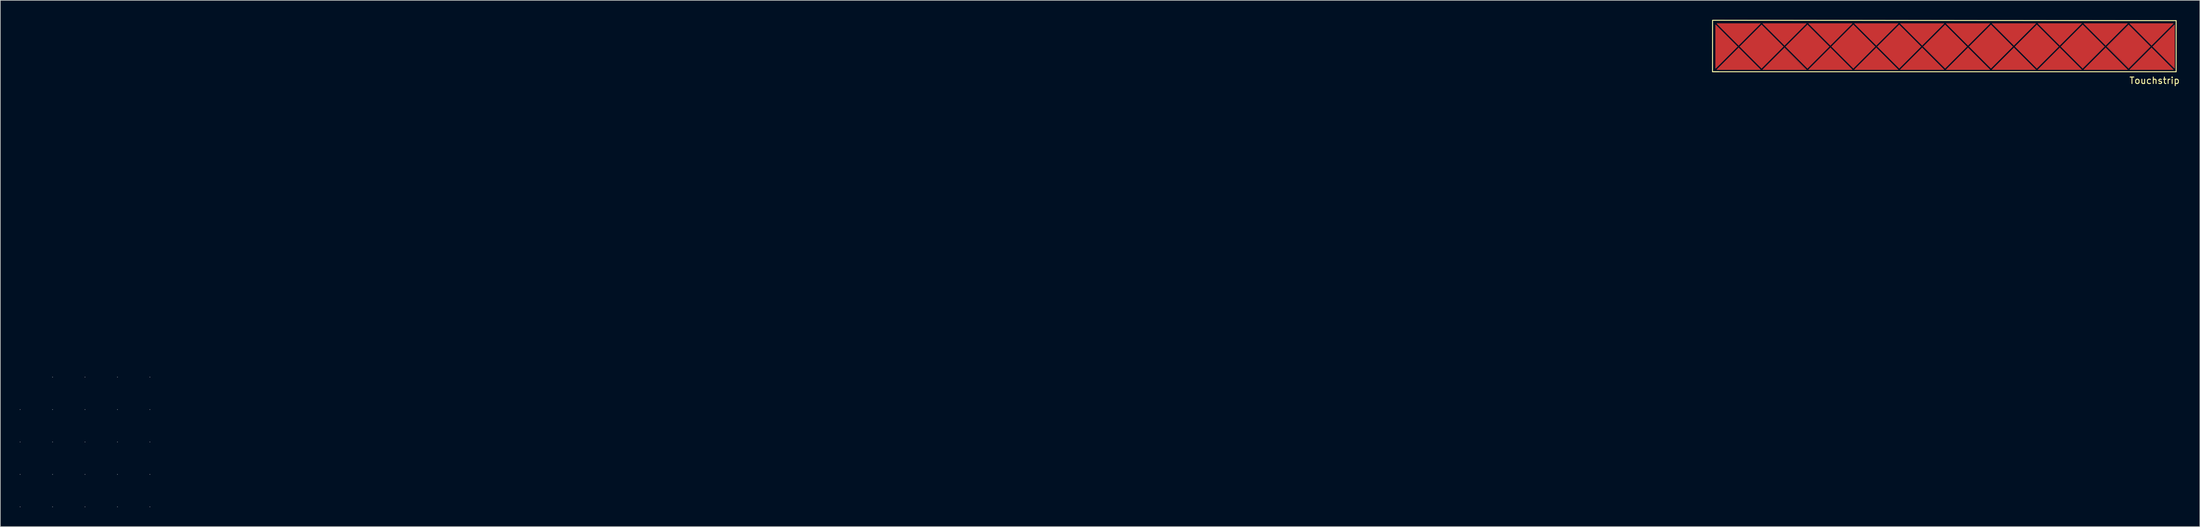
<source format=kicad_pcb>
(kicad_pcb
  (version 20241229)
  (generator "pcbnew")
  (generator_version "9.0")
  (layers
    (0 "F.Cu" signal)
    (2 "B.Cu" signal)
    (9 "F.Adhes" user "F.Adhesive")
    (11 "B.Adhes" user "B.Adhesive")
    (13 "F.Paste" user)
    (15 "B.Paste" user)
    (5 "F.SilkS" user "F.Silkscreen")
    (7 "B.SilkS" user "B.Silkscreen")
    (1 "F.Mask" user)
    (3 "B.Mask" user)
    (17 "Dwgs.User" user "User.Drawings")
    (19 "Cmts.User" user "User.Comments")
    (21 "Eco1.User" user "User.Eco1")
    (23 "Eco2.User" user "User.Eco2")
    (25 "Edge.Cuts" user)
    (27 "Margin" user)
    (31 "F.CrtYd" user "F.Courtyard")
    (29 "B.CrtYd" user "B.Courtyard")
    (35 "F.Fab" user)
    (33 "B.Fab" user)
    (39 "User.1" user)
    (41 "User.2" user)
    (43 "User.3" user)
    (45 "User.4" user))
  (footprint "Touchstrip"
    (layer "F.Cu")
    (at 296.707 4.149)
    (property "Reference" "Touchstrip" (at 32.273 5.222 0) (layer "F.SilkS") (effects (font (size 1 1) (thickness 0.15))))
    (attr through_hole)
    (fp_line (start -35.352 -3.339) (end -35.352 3.307) (stroke (width 0.1) (type solid)) (layer "F.Cu"))
    (fp_line (start -35.352 3.307) (end -32.029 -0.016) (stroke (width 0.1) (type solid)) (layer "F.Cu"))
    (fp_line (start -35.14 -3.551) (end -31.817 -0.228) (stroke (width 0.1) (type solid)) (layer "F.Cu"))
    (fp_line (start -35.14 3.519) (end -28.494 3.519) (stroke (width 0.1) (type solid)) (layer "F.Cu"))
    (fp_line (start -32.029 -0.016) (end -35.352 -3.339) (stroke (width 0.1) (type solid)) (layer "F.Cu"))
    (fp_line (start -31.817 -0.228) (end -28.494 -3.551) (stroke (width 0.1) (type solid)) (layer "F.Cu"))
    (fp_line (start -31.817 0.196) (end -35.14 3.519) (stroke (width 0.1) (type solid)) (layer "F.Cu"))
    (fp_line (start -31.605 -0.016) (end -28.282 3.307) (stroke (width 0.1) (type solid)) (layer "F.Cu"))
    (fp_line (start -28.494 -3.551) (end -35.14 -3.551) (stroke (width 0.1) (type solid)) (layer "F.Cu"))
    (fp_line (start -28.494 3.519) (end -31.817 0.196) (stroke (width 0.1) (type solid)) (layer "F.Cu"))
    (fp_line (start -28.282 -3.339) (end -31.605 -0.016) (stroke (width 0.1) (type solid)) (layer "F.Cu"))
    (fp_line (start -28.282 3.307) (end -24.959 -0.016) (stroke (width 0.1) (type solid)) (layer "F.Cu"))
    (fp_line (start -28.07 -3.551) (end -24.747 -0.228) (stroke (width 0.1) (type solid)) (layer "F.Cu"))
    (fp_line (start -28.07 3.519) (end -21.424 3.519) (stroke (width 0.1) (type solid)) (layer "F.Cu"))
    (fp_line (start -24.959 -0.016) (end -28.282 -3.339) (stroke (width 0.1) (type solid)) (layer "F.Cu"))
    (fp_line (start -24.747 -0.228) (end -21.424 -3.551) (stroke (width 0.1) (type solid)) (layer "F.Cu"))
    (fp_line (start -24.747 0.196) (end -28.07 3.519) (stroke (width 0.1) (type solid)) (layer "F.Cu"))
    (fp_line (start -24.535 -0.016) (end -21.212 3.307) (stroke (width 0.1) (type solid)) (layer "F.Cu"))
    (fp_line (start -21.424 -3.551) (end -28.07 -3.551) (stroke (width 0.1) (type solid)) (layer "F.Cu"))
    (fp_line (start -21.424 3.519) (end -24.747 0.196) (stroke (width 0.1) (type solid)) (layer "F.Cu"))
    (fp_line (start -21.212 -3.339) (end -24.535 -0.016) (stroke (width 0.1) (type solid)) (layer "F.Cu"))
    (fp_line (start -21.212 3.307) (end -17.889 -0.016) (stroke (width 0.1) (type solid)) (layer "F.Cu"))
    (fp_line (start -21 -3.551) (end -17.677 -0.228) (stroke (width 0.1) (type solid)) (layer "F.Cu"))
    (fp_line (start -21 3.519) (end -14.354 3.519) (stroke (width 0.1) (type solid)) (layer "F.Cu"))
    (fp_line (start -17.889 -0.016) (end -21.212 -3.339) (stroke (width 0.1) (type solid)) (layer "F.Cu"))
    (fp_line (start -17.677 -0.228) (end -14.354 -3.551) (stroke (width 0.1) (type solid)) (layer "F.Cu"))
    (fp_line (start -17.677 0.196) (end -21 3.519) (stroke (width 0.1) (type solid)) (layer "F.Cu"))
    (fp_line (start -17.465 -0.016) (end -14.142 3.307) (stroke (width 0.1) (type solid)) (layer "F.Cu"))
    (fp_line (start -14.354 -3.551) (end -21 -3.551) (stroke (width 0.1) (type solid)) (layer "F.Cu"))
    (fp_line (start -14.354 3.519) (end -17.677 0.196) (stroke (width 0.1) (type solid)) (layer "F.Cu"))
    (fp_line (start -14.142 -3.339) (end -17.465 -0.016) (stroke (width 0.1) (type solid)) (layer "F.Cu"))
    (fp_line (start -14.142 3.307) (end -10.819 -0.016) (stroke (width 0.1) (type solid)) (layer "F.Cu"))
    (fp_line (start -13.93 -3.551) (end -10.607 -0.228) (stroke (width 0.1) (type solid)) (layer "F.Cu"))
    (fp_line (start -13.93 3.519) (end -7.284 3.519) (stroke (width 0.1) (type solid)) (layer "F.Cu"))
    (fp_line (start -10.819 -0.016) (end -14.142 -3.339) (stroke (width 0.1) (type solid)) (layer "F.Cu"))
    (fp_line (start -10.607 -0.228) (end -7.284 -3.551) (stroke (width 0.1) (type solid)) (layer "F.Cu"))
    (fp_line (start -10.607 0.196) (end -13.93 3.519) (stroke (width 0.1) (type solid)) (layer "F.Cu"))
    (fp_line (start -10.395 -0.016) (end -7.072 3.307) (stroke (width 0.1) (type solid)) (layer "F.Cu"))
    (fp_line (start -7.284 -3.551) (end -13.93 -3.551) (stroke (width 0.1) (type solid)) (layer "F.Cu"))
    (fp_line (start -7.284 3.519) (end -10.607 0.196) (stroke (width 0.1) (type solid)) (layer "F.Cu"))
    (fp_line (start -7.072 -3.339) (end -10.395 -0.016) (stroke (width 0.1) (type solid)) (layer "F.Cu"))
    (fp_line (start -7.072 3.307) (end -3.749 -0.016) (stroke (width 0.1) (type solid)) (layer "F.Cu"))
    (fp_line (start -6.86 -3.551) (end -3.537 -0.228) (stroke (width 0.1) (type solid)) (layer "F.Cu"))
    (fp_line (start -6.86 3.519) (end -0.214 3.519) (stroke (width 0.1) (type solid)) (layer "F.Cu"))
    (fp_line (start -3.749 -0.016) (end -7.072 -3.339) (stroke (width 0.1) (type solid)) (layer "F.Cu"))
    (fp_line (start -3.537 -0.228) (end -0.214 -3.551) (stroke (width 0.1) (type solid)) (layer "F.Cu"))
    (fp_line (start -3.537 0.196) (end -6.86 3.519) (stroke (width 0.1) (type solid)) (layer "F.Cu"))
    (fp_line (start -3.325 -0.016) (end -0.002 3.307) (stroke (width 0.1) (type solid)) (layer "F.Cu"))
    (fp_line (start -0.214 -3.551) (end -6.86 -3.551) (stroke (width 0.1) (type solid)) (layer "F.Cu"))
    (fp_line (start -0.214 3.519) (end -3.537 0.196) (stroke (width 0.1) (type solid)) (layer "F.Cu"))
    (fp_line (start -0.002 -3.339) (end -3.325 -0.016) (stroke (width 0.1) (type solid)) (layer "F.Cu"))
    (fp_line (start -0.002 3.307) (end 3.321 -0.016) (stroke (width 0.1) (type solid)) (layer "F.Cu"))
    (fp_line (start 0.21 -3.551) (end 3.533 -0.228) (stroke (width 0.1) (type solid)) (layer "F.Cu"))
    (fp_line (start 0.21 3.519) (end 6.856 3.519) (stroke (width 0.1) (type solid)) (layer "F.Cu"))
    (fp_line (start 3.321 -0.016) (end -0.002 -3.339) (stroke (width 0.1) (type solid)) (layer "F.Cu"))
    (fp_line (start 3.533 -0.228) (end 6.856 -3.551) (stroke (width 0.1) (type solid)) (layer "F.Cu"))
    (fp_line (start 3.533 0.196) (end 0.21 3.519) (stroke (width 0.1) (type solid)) (layer "F.Cu"))
    (fp_line (start 3.745 -0.016) (end 7.068 3.307) (stroke (width 0.1) (type solid)) (layer "F.Cu"))
    (fp_line (start 6.856 -3.551) (end 0.21 -3.551) (stroke (width 0.1) (type solid)) (layer "F.Cu"))
    (fp_line (start 6.856 3.519) (end 3.533 0.196) (stroke (width 0.1) (type solid)) (layer "F.Cu"))
    (fp_line (start 7.068 -3.339) (end 3.745 -0.016) (stroke (width 0.1) (type solid)) (layer "F.Cu"))
    (fp_line (start 7.068 3.307) (end 10.391 -0.016) (stroke (width 0.1) (type solid)) (layer "F.Cu"))
    (fp_line (start 7.28 -3.551) (end 10.603 -0.228) (stroke (width 0.1) (type solid)) (layer "F.Cu"))
    (fp_line (start 7.28 3.519) (end 13.926 3.519) (stroke (width 0.1) (type solid)) (layer "F.Cu"))
    (fp_line (start 10.391 -0.016) (end 7.068 -3.339) (stroke (width 0.1) (type solid)) (layer "F.Cu"))
    (fp_line (start 10.603 -0.228) (end 13.926 -3.551) (stroke (width 0.1) (type solid)) (layer "F.Cu"))
    (fp_line (start 10.603 0.196) (end 7.28 3.519) (stroke (width 0.1) (type solid)) (layer "F.Cu"))
    (fp_line (start 10.815 -0.016) (end 14.138 3.307) (stroke (width 0.1) (type solid)) (layer "F.Cu"))
    (fp_line (start 13.926 -3.551) (end 7.28 -3.551) (stroke (width 0.1) (type solid)) (layer "F.Cu"))
    (fp_line (start 13.926 3.519) (end 10.603 0.196) (stroke (width 0.1) (type solid)) (layer "F.Cu"))
    (fp_line (start 14.138 -3.339) (end 10.815 -0.016) (stroke (width 0.1) (type solid)) (layer "F.Cu"))
    (fp_line (start 14.138 3.307) (end 17.461 -0.016) (stroke (width 0.1) (type solid)) (layer "F.Cu"))
    (fp_line (start 14.35 -3.551) (end 17.673 -0.228) (stroke (width 0.1) (type solid)) (layer "F.Cu"))
    (fp_line (start 14.35 3.519) (end 20.996 3.519) (stroke (width 0.1) (type solid)) (layer "F.Cu"))
    (fp_line (start 17.461 -0.016) (end 14.138 -3.339) (stroke (width 0.1) (type solid)) (layer "F.Cu"))
    (fp_line (start 17.673 -0.228) (end 20.996 -3.551) (stroke (width 0.1) (type solid)) (layer "F.Cu"))
    (fp_line (start 17.673 0.196) (end 14.35 3.519) (stroke (width 0.1) (type solid)) (layer "F.Cu"))
    (fp_line (start 17.885 -0.016) (end 21.208 3.307) (stroke (width 0.1) (type solid)) (layer "F.Cu"))
    (fp_line (start 20.996 -3.551) (end 14.35 -3.551) (stroke (width 0.1) (type solid)) (layer "F.Cu"))
    (fp_line (start 20.996 3.519) (end 17.673 0.196) (stroke (width 0.1) (type solid)) (layer "F.Cu"))
    (fp_line (start 21.208 -3.339) (end 17.885 -0.016) (stroke (width 0.1) (type solid)) (layer "F.Cu"))
    (fp_line (start 21.208 3.307) (end 24.531 -0.016) (stroke (width 0.1) (type solid)) (layer "F.Cu"))
    (fp_line (start 21.42 -3.551) (end 24.743 -0.228) (stroke (width 0.1) (type solid)) (layer "F.Cu"))
    (fp_line (start 21.42 3.519) (end 28.066 3.519) (stroke (width 0.1) (type solid)) (layer "F.Cu"))
    (fp_line (start 24.531 -0.016) (end 21.208 -3.339) (stroke (width 0.1) (type solid)) (layer "F.Cu"))
    (fp_line (start 24.743 -0.228) (end 28.066 -3.551) (stroke (width 0.1) (type solid)) (layer "F.Cu"))
    (fp_line (start 24.743 0.196) (end 21.42 3.519) (stroke (width 0.1) (type solid)) (layer "F.Cu"))
    (fp_line (start 24.955 -0.016) (end 28.278 3.307) (stroke (width 0.1) (type solid)) (layer "F.Cu"))
    (fp_line (start 28.066 -3.551) (end 21.42 -3.551) (stroke (width 0.1) (type solid)) (layer "F.Cu"))
    (fp_line (start 28.066 3.519) (end 24.743 0.196) (stroke (width 0.1) (type solid)) (layer "F.Cu"))
    (fp_line (start 28.278 -3.339) (end 24.955 -0.016) (stroke (width 0.1) (type solid)) (layer "F.Cu"))
    (fp_line (start 28.278 3.307) (end 31.601 -0.016) (stroke (width 0.1) (type solid)) (layer "F.Cu"))
    (fp_line (start 28.49 -3.551) (end 31.813 -0.228) (stroke (width 0.1) (type solid)) (layer "F.Cu"))
    (fp_line (start 28.49 3.519) (end 35.136 3.519) (stroke (width 0.1) (type solid)) (layer "F.Cu"))
    (fp_line (start 31.601 -0.016) (end 28.278 -3.339) (stroke (width 0.1) (type solid)) (layer "F.Cu"))
    (fp_line (start 31.813 -0.228) (end 35.136 -3.551) (stroke (width 0.1) (type solid)) (layer "F.Cu"))
    (fp_line (start 31.813 0.196) (end 28.49 3.519) (stroke (width 0.1) (type solid)) (layer "F.Cu"))
    (fp_line (start 32.025 -0.016) (end 35.348 3.307) (stroke (width 0.1) (type solid)) (layer "F.Cu"))
    (fp_line (start 35.136 -3.551) (end 28.49 -3.551) (stroke (width 0.1) (type solid)) (layer "F.Cu"))
    (fp_line (start 35.136 3.519) (end 31.813 0.196) (stroke (width 0.1) (type solid)) (layer "F.Cu"))
    (fp_line (start 35.348 -3.339) (end 32.025 -0.016) (stroke (width 0.1) (type solid)) (layer "F.Cu"))
    (fp_line (start 35.348 -3.339) (end 35.348 3.307) (stroke (width 0.1) (type solid)) (layer "F.Cu"))
    (fp_line (start -35.844 3.861) (end -34.869 3.856) (stroke (width 0.15) (type solid)) (layer "F.SilkS"))
    (fp_line (start -35.834 -4.069) (end -35.844 3.861) (stroke (width 0.15) (type solid)) (layer "F.SilkS"))
    (fp_line (start -35.814 -4.074) (end 35.606 -4.018) (stroke (width 0.15) (type solid)) (layer "F.SilkS"))
    (fp_line (start 35.606 -4.018) (end 35.606 3.861) (stroke (width 0.15) (type solid)) (layer "F.SilkS"))
    (fp_line (start 35.606 3.861) (end -35.702 3.861) (stroke (width 0.15) (type solid)) (layer "F.SilkS"))
    (fp_line (start -296.657 55.942) (end -296.657 55.942) (stroke (width 0.1) (type solid)) (layer "Dwgs.User"))
    (fp_line (start -296.657 60.942) (end -296.657 60.942) (stroke (width 0.1) (type solid)) (layer "Dwgs.User"))
    (fp_line (start -296.657 65.942) (end -296.657 65.942) (stroke (width 0.1) (type solid)) (layer "Dwgs.User"))
    (fp_line (start -296.657 70.942) (end -296.657 70.942) (stroke (width 0.1) (type solid)) (layer "Dwgs.User"))
    (fp_line (start -291.657 50.942) (end -291.657 50.942) (stroke (width 0.1) (type solid)) (layer "Dwgs.User"))
    (fp_line (start -291.657 55.942) (end -291.657 55.942) (stroke (width 0.1) (type solid)) (layer "Dwgs.User"))
    (fp_line (start -291.657 60.942) (end -291.657 60.942) (stroke (width 0.1) (type solid)) (layer "Dwgs.User"))
    (fp_line (start -291.657 65.942) (end -291.657 65.942) (stroke (width 0.1) (type solid)) (layer "Dwgs.User"))
    (fp_line (start -291.657 70.942) (end -291.657 70.942) (stroke (width 0.1) (type solid)) (layer "Dwgs.User"))
    (fp_line (start -286.657 50.942) (end -286.657 50.942) (stroke (width 0.1) (type solid)) (layer "Dwgs.User"))
    (fp_line (start -286.657 55.942) (end -286.657 55.942) (stroke (width 0.1) (type solid)) (layer "Dwgs.User"))
    (fp_line (start -286.657 60.942) (end -286.657 60.942) (stroke (width 0.1) (type solid)) (layer "Dwgs.User"))
    (fp_line (start -286.657 65.942) (end -286.657 65.942) (stroke (width 0.1) (type solid)) (layer "Dwgs.User"))
    (fp_line (start -286.657 70.942) (end -286.657 70.942) (stroke (width 0.1) (type solid)) (layer "Dwgs.User"))
    (fp_line (start -281.657 50.942) (end -281.657 50.942) (stroke (width 0.1) (type solid)) (layer "Dwgs.User"))
    (fp_line (start -281.657 55.942) (end -281.657 55.942) (stroke (width 0.1) (type solid)) (layer "Dwgs.User"))
    (fp_line (start -281.657 60.942) (end -281.657 60.942) (stroke (width 0.1) (type solid)) (layer "Dwgs.User"))
    (fp_line (start -281.657 65.942) (end -281.657 65.942) (stroke (width 0.1) (type solid)) (layer "Dwgs.User"))
    (fp_line (start -281.657 70.942) (end -281.657 70.942) (stroke (width 0.1) (type solid)) (layer "Dwgs.User"))
    (fp_line (start -276.657 50.942) (end -276.657 50.942) (stroke (width 0.1) (type solid)) (layer "Dwgs.User"))
    (fp_line (start -276.657 55.942) (end -276.657 55.942) (stroke (width 0.1) (type solid)) (layer "Dwgs.User"))
    (fp_line (start -276.657 60.942) (end -276.657 60.942) (stroke (width 0.1) (type solid)) (layer "Dwgs.User"))
    (fp_line (start -276.657 65.942) (end -276.657 65.942) (stroke (width 0.1) (type solid)) (layer "Dwgs.User"))
    (fp_line (start -276.657 70.942) (end -276.657 70.942) (stroke (width 0.1) (type solid)) (layer "Dwgs.User"))
    (pad "13" smd rect (at 28.285 -0.02 45) (size 4.6 4.6) (layers "F.Cu" "F.Mask" "F.Paste"))
    (pad "14" smd rect (at 21.184 -0.03 45) (size 4.65 4.65) (layers "F.Cu" "F.Mask" "F.Paste"))
    (pad "15" smd rect (at 14.133 -0.02 45) (size 4.65 4.65) (layers "F.Cu" "F.Mask" "F.Paste"))
    (pad "16" smd rect (at 7.082 -0.02 45) (size 4.65 4.65) (layers "F.Cu" "F.Mask" "F.Paste"))
    (pad "17" smd rect (at 0.03 -0.02 45) (size 4.65 4.65) (layers "F.Cu" "F.Mask" "F.Paste"))
    (pad "18" smd rect (at -7.061 -0.03 45) (size 4.7 4.7) (layers "F.Cu" "F.Mask" "F.Paste"))
    (pad "19" smd rect (at -14.148 -0.03 45) (size 4.7 4.7) (layers "F.Cu" "F.Mask" "F.Paste"))
    (pad "20" smd rect (at -21.234 0.02 45) (size 4.7 4.7) (layers "F.Cu" "F.Mask" "F.Paste"))
    (pad "21" smd rect (at -28.285 -0.041 45) (size 4.7 4.7) (layers "F.Cu" "F.Mask" "F.Paste"))
    (pad "26" smd trapezoid (at 24.74 1.88) (size 3.3 3.3) (rect_delta 0 3.29) (layers "F.Cu" "F.Mask" "F.Paste"))
    (pad "27" smd trapezoid (at 31.821 1.89) (size 3.3 3.3) (rect_delta 0 3.29) (layers "F.Cu" "F.Mask" "F.Paste"))
    (pad "28" smd trapezoid (at 17.704 1.849) (size 3.3 3.3) (rect_delta 0 3.29) (layers "F.Cu" "F.Mask" "F.Paste"))
    (pad "29" smd trapezoid (at 10.602 1.834) (size 3.3 3.3) (rect_delta 0 3.29) (layers "F.Cu" "F.Mask" "F.Paste"))
    (pad "30" smd trapezoid (at 3.515 1.88) (size 3.3 3.3) (rect_delta 0 3.29) (layers "F.Cu" "F.Mask" "F.Paste"))
    (pad "31" smd trapezoid (at -3.526 1.854) (size 3.3 3.3) (rect_delta 0 3.29) (layers "F.Cu" "F.Mask" "F.Paste"))
    (pad "32" smd trapezoid (at -10.643 1.844) (size 3.3 3.3) (rect_delta 0 3.29) (layers "F.Cu" "F.Mask" "F.Paste"))
    (pad "33" smd trapezoid (at -17.699 1.849) (size 3.3 3.3) (rect_delta 0 3.29) (layers "F.Cu" "F.Mask" "F.Paste"))
    (pad "34" smd trapezoid (at -24.765 1.91) (size 3.3 3.3) (rect_delta 0 3.29) (layers "F.Cu" "F.Mask" "F.Paste"))
    (pad "35" smd trapezoid (at -31.826 1.864) (size 3.3 3.3) (rect_delta 0 3.29) (layers "F.Cu" "F.Mask" "F.Paste"))
    (pad "36" smd trapezoid (at 33.726 -0.02 90) (size 3.3 3.3) (rect_delta 0 3.29) (layers "F.Cu" "F.Mask" "F.Paste"))
    (pad "37" smd trapezoid (at -33.716 -0.015 270) (size 3.3 3.3) (rect_delta 0 3.29) (layers "F.Cu"))
    (pad "38" smd trapezoid (at -31.852 -1.895 180) (size 3.3 3.3) (rect_delta 0 3.29) (layers "F.Cu" "F.Mask" "F.Paste"))
    (pad "39" smd trapezoid (at -24.729 -1.905 180) (size 3.3 3.3) (rect_delta 0 3.29) (layers "F.Cu" "F.Mask" "F.Paste"))
    (pad "40" smd trapezoid (at -17.668 -1.915 180) (size 3.3 3.3) (rect_delta 0 3.29) (layers "F.Cu" "F.Mask" "F.Paste"))
    (pad "41" smd trapezoid (at -10.582 -1.869 180) (size 3.3 3.3) (rect_delta 0 3.29) (layers "F.Cu" "F.Mask" "F.Paste"))
    (pad "42" smd trapezoid (at -3.571 -1.869 180) (size 3.3 3.3) (rect_delta 0 3.29) (layers "F.Cu" "F.Mask" "F.Paste"))
    (pad "43" smd trapezoid (at 3.5 -1.869 180) (size 3.3 3.3) (rect_delta 0 3.29) (layers "F.Cu" "F.Mask" "F.Paste"))
    (pad "44" smd trapezoid (at 10.638 -1.9 180) (size 3.3 3.3) (rect_delta 0 3.29) (layers "F.Cu" "F.Mask" "F.Paste"))
    (pad "45" smd trapezoid (at 17.678 -1.93 180) (size 3.3 3.3) (rect_delta 0 3.29) (layers "F.Cu" "F.Mask" "F.Paste"))
    (pad "46" smd trapezoid (at 24.75 -1.905 180) (size 3.3 3.3) (rect_delta 0 3.29) (layers "F.Cu" "F.Mask" "F.Paste"))
    (pad "47" smd trapezoid (at 31.821 -1.905 180) (size 3.3 3.3) (rect_delta 0 3.29) (layers "F.Cu" "F.Mask" "F.Paste")))
  (gr_rect
    (start -3 -3)
    (end 335.962 78.141)
    (stroke (width 0.1) (type default))
    (fill no)
    (layer "Edge.Cuts")))
</source>
